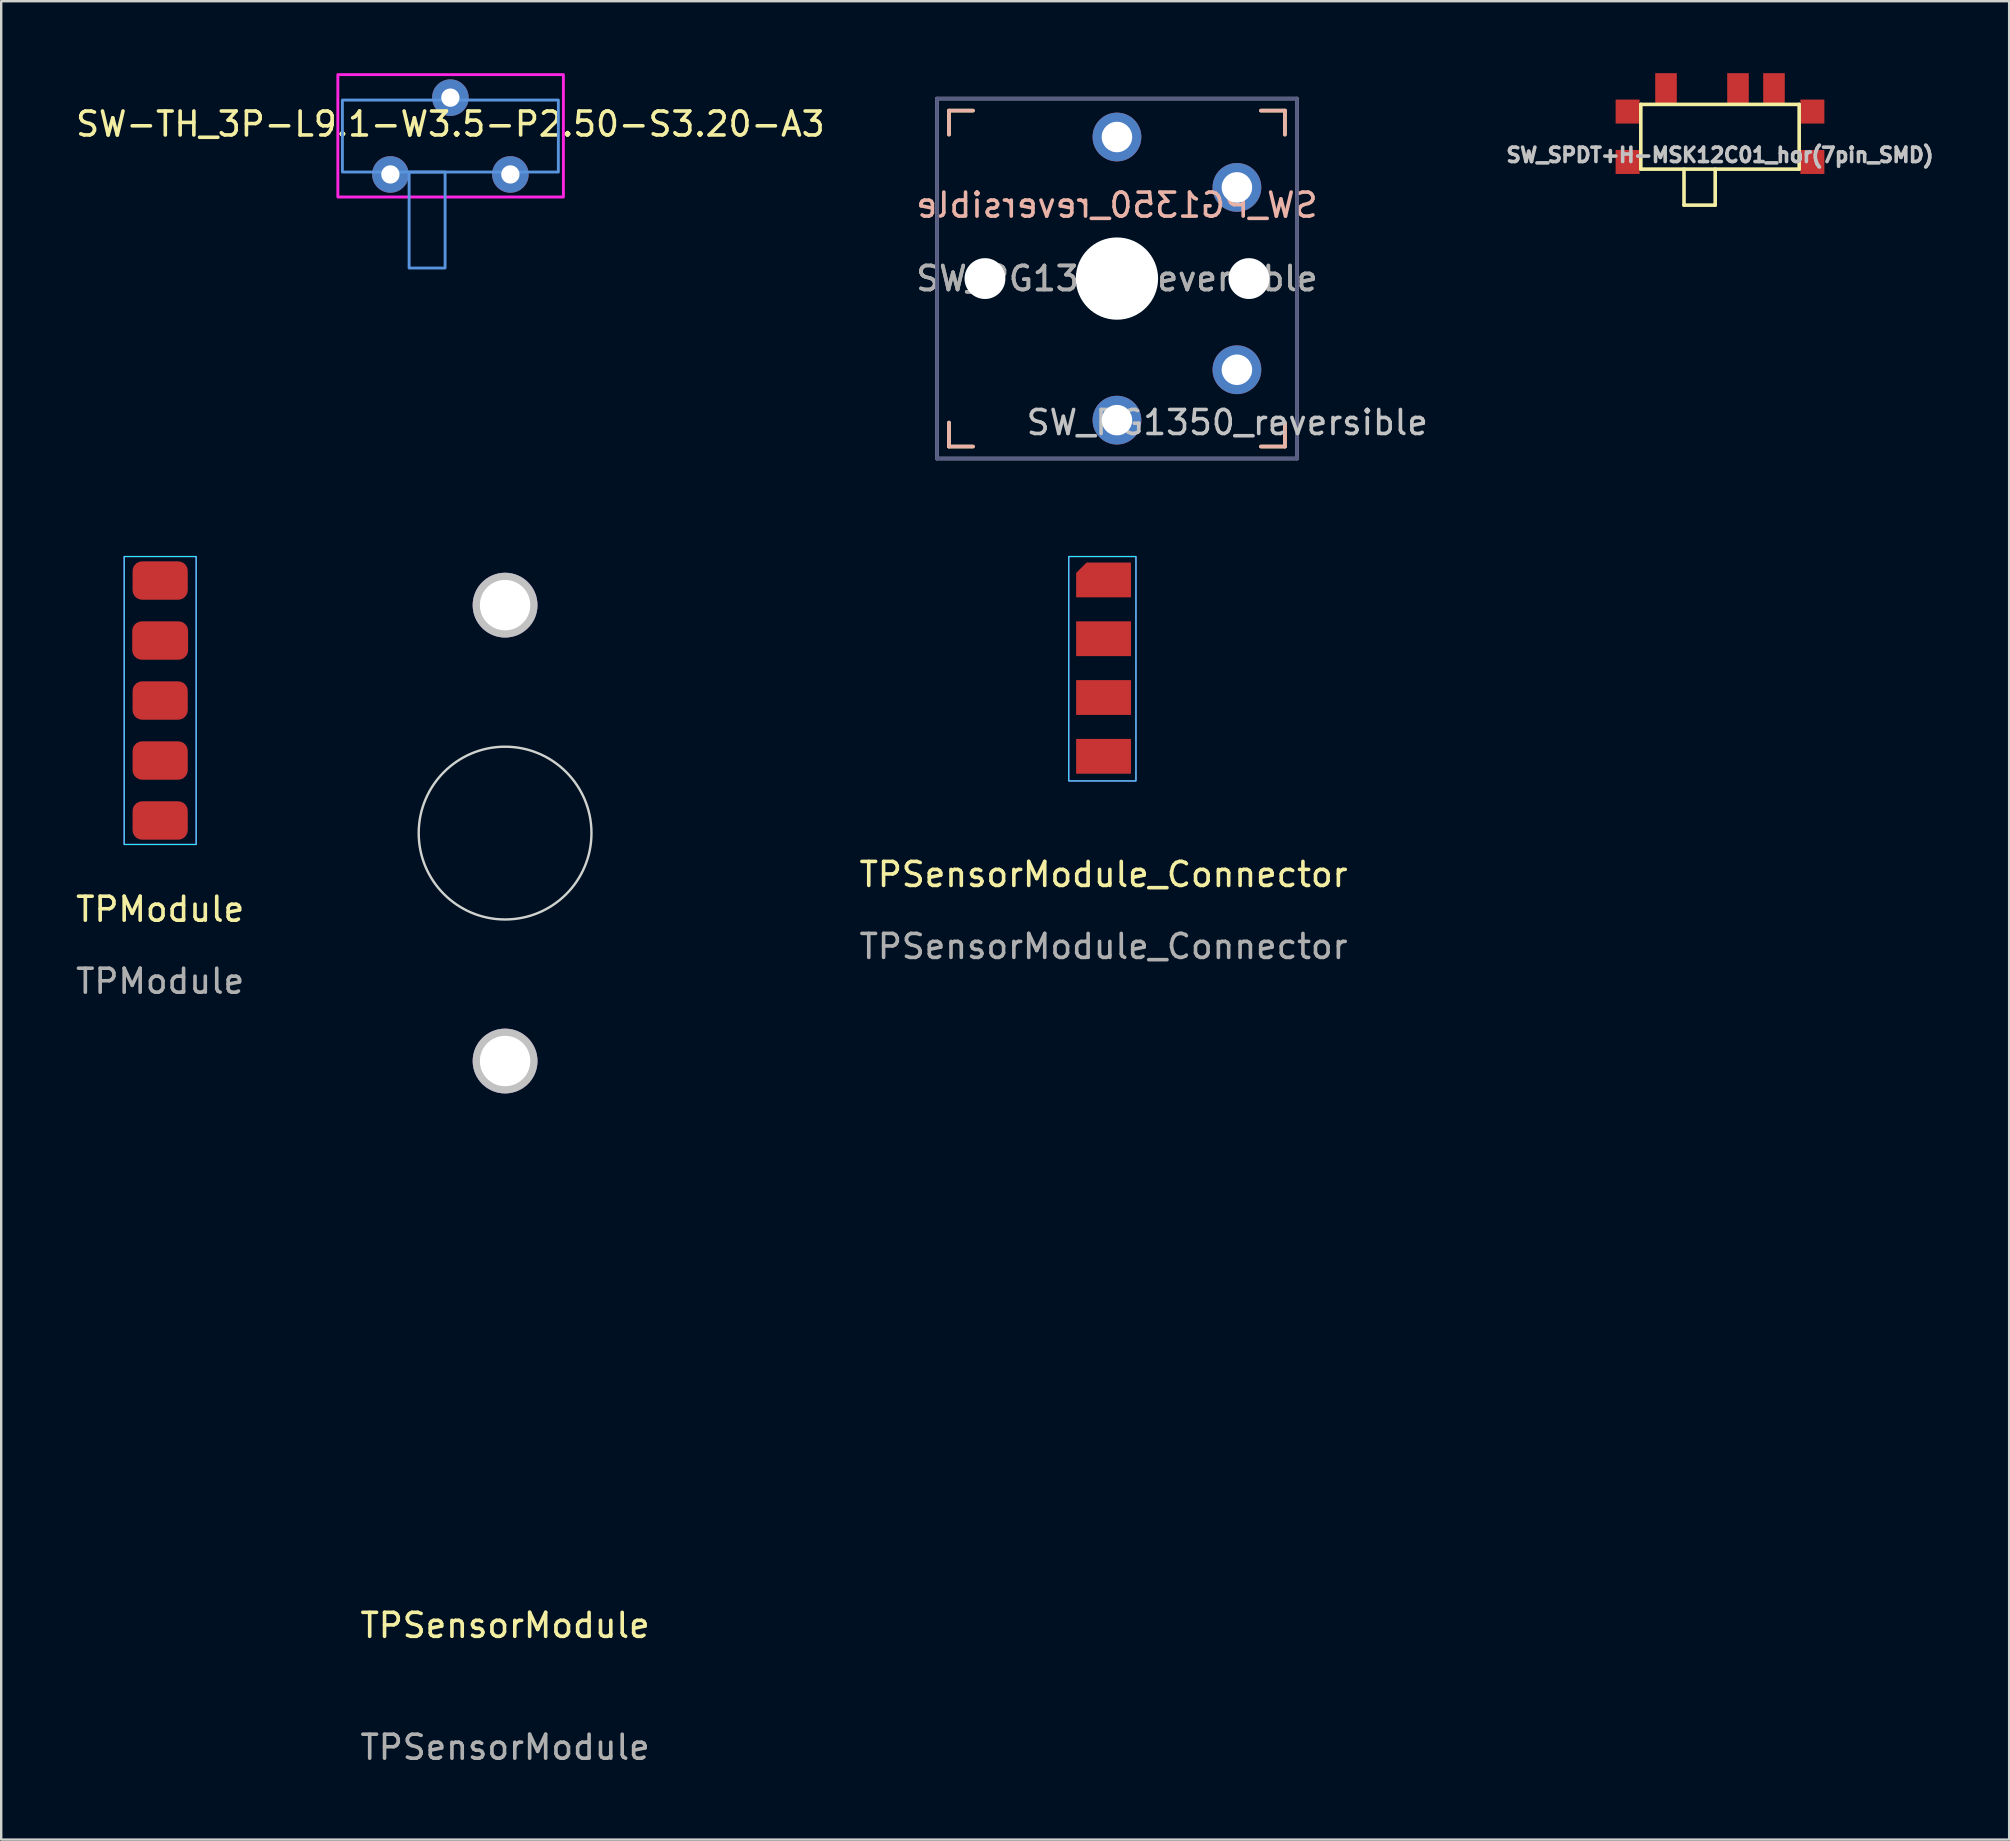
<source format=kicad_pcb>
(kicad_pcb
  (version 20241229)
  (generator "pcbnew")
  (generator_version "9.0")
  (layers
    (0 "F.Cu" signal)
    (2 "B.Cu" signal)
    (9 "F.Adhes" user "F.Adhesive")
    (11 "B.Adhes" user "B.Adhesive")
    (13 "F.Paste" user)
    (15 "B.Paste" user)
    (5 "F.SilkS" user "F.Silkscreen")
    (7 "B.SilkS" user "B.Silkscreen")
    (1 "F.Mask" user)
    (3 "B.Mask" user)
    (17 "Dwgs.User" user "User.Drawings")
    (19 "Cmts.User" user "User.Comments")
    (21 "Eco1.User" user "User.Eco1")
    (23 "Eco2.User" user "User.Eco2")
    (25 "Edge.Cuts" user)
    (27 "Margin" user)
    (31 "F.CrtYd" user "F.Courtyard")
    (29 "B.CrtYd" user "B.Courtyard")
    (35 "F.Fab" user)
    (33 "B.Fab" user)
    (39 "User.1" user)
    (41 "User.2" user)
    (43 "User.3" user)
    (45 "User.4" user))
  (footprint "SW_SPDT+H-MSK12C01_hor(7pin_SMD)"
    (layer "F.Cu")
    (at 68.633 2.65)
    (property "Reference" "SW_SPDT+H-MSK12C01_hor(7pin_SMD)" (at 0 0.762 180) (layer "Dwgs.User") (effects (font (size 0.6 0.6) (thickness 0.15))))
    (attr smd)
    (fp_line (start -3.3 -1.35) (end 3.3 -1.35) (stroke (width 0.15) (type solid)) (layer "F.SilkS"))
    (fp_line (start -3.3 1.35) (end -3.3 -1.35) (stroke (width 0.15) (type solid)) (layer "F.SilkS"))
    (fp_line (start -1.5 1.35) (end -1.5 2.85) (stroke (width 0.15) (type solid)) (layer "F.SilkS"))
    (fp_line (start -1.5 2.85) (end -0.2 2.85) (stroke (width 0.15) (type solid)) (layer "F.SilkS"))
    (fp_line (start -0.2 1.35) (end -0.2 2.85) (stroke (width 0.15) (type solid)) (layer "F.SilkS"))
    (fp_line (start 3.3 -1.35) (end 3.3 1.35) (stroke (width 0.15) (type solid)) (layer "F.SilkS"))
    (fp_line (start 3.3 1.35) (end -3.3 1.35) (stroke (width 0.15) (type solid)) (layer "F.SilkS"))
    (pad "1" smd rect (at -2.25 -2) (size 0.9 1.3) (layers "F.Cu" "F.Mask" "F.Paste"))
    (pad "2" smd rect (at 0.75 -2) (size 0.9 1.3) (layers "F.Cu" "F.Mask" "F.Paste"))
    (pad "3" smd rect (at 2.25 -2) (size 0.9 1.3) (layers "F.Cu" "F.Mask" "F.Paste"))
    (pad "H" smd rect (at -3.85 -1.05) (size 1 1) (layers "F.Cu" "F.Mask" "F.Paste"))
    (pad "H" smd rect (at -3.85 1.05) (size 1 1) (layers "F.Cu" "F.Mask" "F.Paste"))
    (pad "H" smd rect (at 3.85 -1.05) (size 1 1) (layers "F.Cu" "F.Mask" "F.Paste"))
    (pad "H" smd rect (at 3.85 1.05) (size 1 1) (layers "F.Cu" "F.Mask" "F.Paste")))
  (footprint "TPModule"
    (layer "F.Cu")
    (at 3.625 26.145)
    (property "Reference" "TPModule" (at 0 8.7 0) (unlocked yes) (layer "F.SilkS") (effects (font (size 1 1) (thickness 0.15))))
    (attr smd)
    (fp_rect (start 1.5 -6) (end -1.5 6) (stroke (width 0.05) (type solid)) (fill no) (layer "B.CrtYd"))
    (fp_rect (start -1.5 -6) (end 1.5 6) (stroke (width 0.05) (type solid)) (fill no) (layer "F.CrtYd"))
    (fp_text user "${REFERENCE}" (at 0 11.7 0) (unlocked yes) (layer "F.Fab") (effects (font (size 1 1) (thickness 0.15))))
    (pad "1" smd roundrect (at 0 -5) (size 2.3 1.6) (layers "F.Cu" "F.Mask" "F.Paste") (roundrect_rratio 0.25))
    (pad "2" smd roundrect (at 0 -2.5) (size 2.329 1.6) (layers "F.Cu" "F.Mask" "F.Paste") (roundrect_rratio 0.25))
    (pad "3" smd roundrect (at 0 0) (size 2.3 1.6) (layers "F.Cu" "F.Mask" "F.Paste") (roundrect_rratio 0.25))
    (pad "4" smd roundrect (at 0 2.5) (size 2.3 1.6) (layers "F.Cu" "F.Mask" "F.Paste") (roundrect_rratio 0.25))
    (pad "5" smd roundrect (at 0 5) (size 2.3 1.6) (layers "F.Cu" "F.Mask" "F.Paste") (roundrect_rratio 0.25)))
  (footprint "SW-TH_3P-L9.1-W3.5-P2.50-S3.20-A3"
    (layer "F.Cu")
    (at 15.72 2.62)
    (property "Reference" "SW-TH_3P-L9.1-W3.5-P2.50-S3.20-A3" (at 0 -0.5 0) (unlocked yes) (layer "F.SilkS") (effects (font (size 1 1) (thickness 0.15))))
    (fp_rect (start -4.5 -1.5) (end 4.5 1.5) (stroke (width 0.12) (type solid)) (fill no) (layer "Cmts.User"))
    (fp_rect (start -0.22 1.5) (end -1.72 5.5) (stroke (width 0.12) (type solid)) (fill no) (layer "Cmts.User"))
    (fp_rect (start -4.69 -2.56) (end 4.71 2.54) (stroke (width 0.12) (type solid)) (fill no) (layer "F.CrtYd"))
    (pad "1" thru_hole circle (at -2.5 1.6) (size 1.524 1.524) (drill 0.762) (layers "*.Cu" "*.Mask"))
    (pad "2" thru_hole circle (at 0 -1.6) (size 1.524 1.524) (drill 0.762) (layers "*.Cu" "*.Mask"))
    (pad "3" thru_hole circle (at 2.5 1.6) (size 1.524 1.524) (drill 0.762) (layers "*.Cu" "*.Mask")))
  (footprint "TPSensorModule"
    (layer "F.Cu")
    (at 18 31.67)
    (property "Reference" "TPSensorModule" (at 0 33.02 0) (unlocked yes) (layer "F.SilkS") (effects (font (size 1 1) (thickness 0.15))))
    (attr through_hole)
    (fp_circle (center 0 0) (end 3.6 0) (stroke (width 0.1) (type solid)) (fill no) (layer "Edge.Cuts"))
    (fp_poly (pts (xy 4.6 -6.6) (xy 11.6 -6.6) (xy 11.6 6.6) (xy 4.6 6.6) (xy 4.6 11.5) (xy -7.7 11.5) (xy -7.7 -11.5) (xy 4.6 -11.5)) (stroke (width 0.1) (type solid)) (fill no) (layer "User.2"))
    (fp_text user "${REFERENCE}" (at 0 38.1 0) (unlocked yes) (layer "F.Fab") (effects (font (size 1 1) (thickness 0.15))))
    (pad "" thru_hole circle (at 0 -9.5 90) (size 2.7 2.7) (drill 2.1) (layers "*.Cu" "*.Mask" "Dwgs.User"))
    (pad "" thru_hole circle (at 0 9.5 90) (size 2.7 2.7) (drill 2.1) (layers "*.Cu" "*.Mask" "Dwgs.User")))
  (footprint "SW_PG1350_reversible"
    (layer "F.Cu")
    (at 43.5 8.56)
    (property "Reference" "SW_PG1350_reversible" (at 4.6 6 180) (layer "Dwgs.User") (effects (font (size 1 1) (thickness 0.15))))
    (attr through_hole)
    (fp_line (start -7 -7) (end -6 -7) (stroke (width 0.15) (type solid)) (layer "F.SilkS"))
    (fp_line (start -7 -6) (end -7 -7) (stroke (width 0.15) (type solid)) (layer "F.SilkS"))
    (fp_line (start -7 7) (end -7 6) (stroke (width 0.15) (type solid)) (layer "F.SilkS"))
    (fp_line (start -6 7) (end -7 7) (stroke (width 0.15) (type solid)) (layer "F.SilkS"))
    (fp_line (start 6 -7) (end 7 -7) (stroke (width 0.15) (type solid)) (layer "F.SilkS"))
    (fp_line (start 7 -7) (end 7 -6) (stroke (width 0.15) (type solid)) (layer "F.SilkS"))
    (fp_line (start 7 6) (end 7 7) (stroke (width 0.15) (type solid)) (layer "F.SilkS"))
    (fp_line (start 7 7) (end 6 7) (stroke (width 0.15) (type solid)) (layer "F.SilkS"))
    (fp_line (start -7 -7) (end -6 -7) (stroke (width 0.15) (type solid)) (layer "B.SilkS"))
    (fp_line (start -7 -6) (end -7 -7) (stroke (width 0.15) (type solid)) (layer "B.SilkS"))
    (fp_line (start -7 7) (end -7 6) (stroke (width 0.15) (type solid)) (layer "B.SilkS"))
    (fp_line (start -6 7) (end -7 7) (stroke (width 0.15) (type solid)) (layer "B.SilkS"))
    (fp_line (start 6 -7) (end 7 -7) (stroke (width 0.15) (type solid)) (layer "B.SilkS"))
    (fp_line (start 7 -7) (end 7 -6) (stroke (width 0.15) (type solid)) (layer "B.SilkS"))
    (fp_line (start 7 6) (end 7 7) (stroke (width 0.15) (type solid)) (layer "B.SilkS"))
    (fp_line (start 7 7) (end 6 7) (stroke (width 0.15) (type solid)) (layer "B.SilkS"))
    (fp_line (start -9 -8.5) (end 9 -8.5) (stroke (width 0.12) (type solid)) (layer "Eco1.User"))
    (fp_line (start -9 8.5) (end -9 -8.5) (stroke (width 0.12) (type solid)) (layer "Eco1.User"))
    (fp_line (start -9 8.5) (end 9 8.5) (stroke (width 0.12) (type solid)) (layer "Eco1.User"))
    (fp_line (start 9 8.5) (end 9 -8.5) (stroke (width 0.12) (type solid)) (layer "Eco1.User"))
    (fp_line (start -6.9 6.9) (end -6.9 -6.9) (stroke (width 0.15) (type solid)) (layer "Eco2.User"))
    (fp_line (start -6.9 6.9) (end 6.9 6.9) (stroke (width 0.15) (type solid)) (layer "Eco2.User"))
    (fp_line (start 6.9 -6.9) (end -6.9 -6.9) (stroke (width 0.15) (type solid)) (layer "Eco2.User"))
    (fp_line (start 6.9 -6.9) (end 6.9 6.9) (stroke (width 0.15) (type solid)) (layer "Eco2.User"))
    (fp_line (start -7.5 -7.5) (end 7.5 -7.5) (stroke (width 0.15) (type solid)) (layer "B.Fab"))
    (fp_line (start -7.5 7.5) (end -7.5 -7.5) (stroke (width 0.15) (type solid)) (layer "B.Fab"))
    (fp_line (start 7.5 -7.5) (end 7.5 7.5) (stroke (width 0.15) (type solid)) (layer "B.Fab"))
    (fp_line (start 7.5 7.5) (end -7.5 7.5) (stroke (width 0.15) (type solid)) (layer "B.Fab"))
    (fp_line (start -7.5 -7.5) (end 7.5 -7.5) (stroke (width 0.15) (type solid)) (layer "F.Fab"))
    (fp_line (start -7.5 7.5) (end -7.5 -7.5) (stroke (width 0.15) (type solid)) (layer "F.Fab"))
    (fp_line (start 7.5 -7.5) (end 7.5 7.5) (stroke (width 0.15) (type solid)) (layer "F.Fab"))
    (fp_line (start 7.5 7.5) (end -7.5 7.5) (stroke (width 0.15) (type solid)) (layer "F.Fab"))
    (fp_text user "${REFERENCE}" (at 0.000002 -3.06 180) (layer "B.SilkS") (effects (font (size 1 1) (thickness 0.15)) (justify mirror)))
    (fp_text user "${REFERENCE}" (at 0 0 180) (layer "F.Fab") (effects (font (size 1 1) (thickness 0.15))))
    (fp_text user "${REFERENCE}" (at 0 0 180) (layer "F.Fab") (effects (font (size 1 1) (thickness 0.15))))
    (pad "" np_thru_hole circle (at -5.5 0) (size 1.702 1.702) (drill 1.702) (layers "*.Cu" "*.Mask"))
    (pad "" np_thru_hole circle (at 0 0) (size 3.429 3.429) (drill 3.429) (layers "*.Cu" "*.Mask"))
    (pad "" np_thru_hole circle (at 5.5 0) (size 1.702 1.702) (drill 1.702) (layers "*.Cu" "*.Mask"))
    (pad "1" thru_hole circle (at 0 -5.9) (size 2.032 2.032) (drill 1.27) (layers "*.Cu" "*.Mask"))
    (pad "1" thru_hole circle (at 0 5.9) (size 2.032 2.032) (drill 1.27) (layers "*.Cu" "*.Mask"))
    (pad "2" thru_hole circle (at 5 -3.8) (size 2.032 2.032) (drill 1.27) (layers "*.Cu" "*.Mask"))
    (pad "2" thru_hole circle (at 5 3.8) (size 2.032 2.032) (drill 1.27) (layers "*.Cu" "*.Mask")))
  (footprint "TPSensorModule_Connector"
    (layer "F.Cu")
    (at 42.942 24.795)
    (property "Reference" "TPSensorModule_Connector" (at 0 8.6 0) (unlocked yes) (layer "F.SilkS") (effects (font (size 1 1) (thickness 0.15))))
    (attr smd)
    (fp_rect (start 1.35 -4.65) (end -1.45 4.7) (stroke (width 0.05) (type solid)) (fill no) (layer "B.CrtYd"))
    (fp_rect (start -1.45 -4.65) (end 1.35 4.7) (stroke (width 0.05) (type solid)) (fill no) (layer "F.CrtYd"))
    (fp_text user "${REFERENCE}" (at 0 11.6 0) (unlocked yes) (layer "F.Fab") (effects (font (size 1 1) (thickness 0.15))))
    (pad "1" smd roundrect (at 0 -3.675) (size 2.286 1.45) (layers "F.Cu" "F.Mask" "F.Paste") (roundrect_rratio 0) (chamfer_ratio 0.3) (chamfer top_left))
    (pad "2" smd rect (at 0 -1.225) (size 2.286 1.45) (layers "F.Cu" "F.Mask" "F.Paste"))
    (pad "3" smd rect (at 0 1.225) (size 2.286 1.45) (layers "F.Cu" "F.Mask" "F.Paste"))
    (pad "4" smd rect (at 0 3.675) (size 2.286 1.45) (layers "F.Cu" "F.Mask" "F.Paste")))
  (gr_rect
    (start -3 -3)
    (end 80.684 73.618)
    (stroke (width 0.1) (type default))
    (fill no)
    (layer "Edge.Cuts")))
</source>
